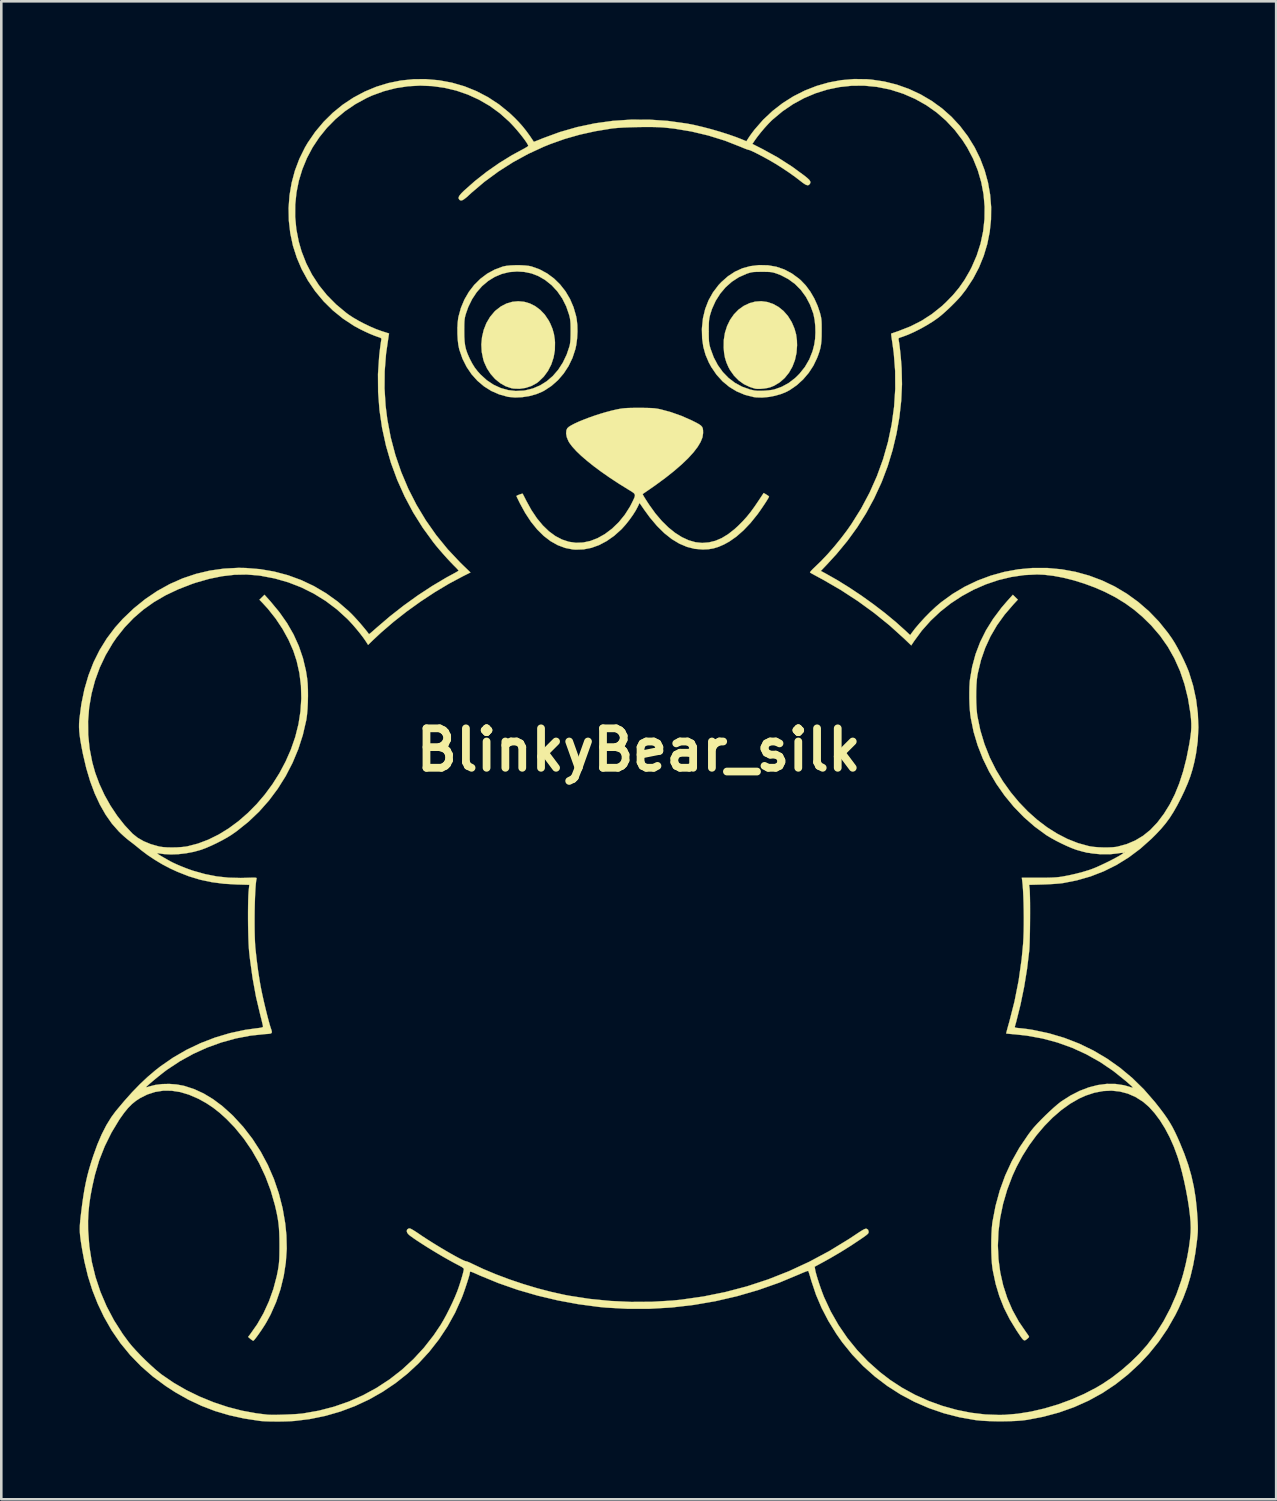
<source format=kicad_pcb>
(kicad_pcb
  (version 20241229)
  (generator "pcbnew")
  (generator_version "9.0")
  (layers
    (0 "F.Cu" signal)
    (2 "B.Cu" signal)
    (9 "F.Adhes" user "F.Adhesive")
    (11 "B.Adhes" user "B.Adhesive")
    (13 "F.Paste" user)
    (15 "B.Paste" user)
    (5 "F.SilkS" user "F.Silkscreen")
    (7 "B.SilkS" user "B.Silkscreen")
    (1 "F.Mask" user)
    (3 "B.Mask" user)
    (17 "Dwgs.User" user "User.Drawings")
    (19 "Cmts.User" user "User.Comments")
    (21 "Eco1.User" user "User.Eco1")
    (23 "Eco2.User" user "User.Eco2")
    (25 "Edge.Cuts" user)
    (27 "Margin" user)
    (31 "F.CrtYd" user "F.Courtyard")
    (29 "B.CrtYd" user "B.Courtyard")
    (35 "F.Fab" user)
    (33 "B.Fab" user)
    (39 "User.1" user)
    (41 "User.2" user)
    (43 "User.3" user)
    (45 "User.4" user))
  (footprint "BlinkyBear_silk"
    (layer "F.Cu")
    (at 21.633 25.933)
    (property "Reference" "BlinkyBear_silk" (at 0 0 0) (layer "F.SilkS") (effects (font (size 1.524 1.524) (thickness 0.3))))
    (attr through_hole)
    (fp_poly (pts (xy -4.428 -17.32) (xy -4.207 -17.256) (xy -3.997 -17.15) (xy -3.803 -17.005) (xy -3.628 -16.821) (xy -3.478 -16.598) (xy -3.417 -16.48) (xy -3.331 -16.274) (xy -3.275 -16.073) (xy -3.242 -15.857) (xy -3.234 -15.748) (xy -3.239 -15.454) (xy -3.288 -15.169) (xy -3.377 -14.899) (xy -3.505 -14.65) (xy -3.667 -14.428) (xy -3.862 -14.239) (xy -3.953 -14.171) (xy -4.15 -14.064) (xy -4.37 -13.992) (xy -4.6 -13.958) (xy -4.826 -13.965) (xy -4.921 -13.981) (xy -5.144 -14.057) (xy -5.355 -14.178) (xy -5.55 -14.337) (xy -5.721 -14.53) (xy -5.864 -14.75) (xy -5.974 -14.992) (xy -6.006 -15.094) (xy -6.065 -15.379) (xy -6.081 -15.669) (xy -6.054 -15.957) (xy -5.988 -16.236) (xy -5.884 -16.499) (xy -5.743 -16.737) (xy -5.568 -16.946) (xy -5.531 -16.981) (xy -5.326 -17.14) (xy -5.109 -17.253) (xy -4.883 -17.319) (xy -4.655 -17.341) (xy -4.428 -17.32)) (stroke (width 0.01) (type solid)) (fill yes) (layer "F.SilkS"))
    (fp_poly (pts (xy 4.969 -17.312) (xy 5.194 -17.237) (xy 5.405 -17.12) (xy 5.597 -16.964) (xy 5.766 -16.773) (xy 5.906 -16.548) (xy 5.927 -16.506) (xy 6.023 -16.279) (xy 6.084 -16.06) (xy 6.115 -15.829) (xy 6.121 -15.639) (xy 6.1 -15.346) (xy 6.039 -15.069) (xy 5.94 -14.811) (xy 5.808 -14.579) (xy 5.644 -14.376) (xy 5.452 -14.207) (xy 5.235 -14.076) (xy 5.082 -14.015) (xy 4.974 -13.988) (xy 4.842 -13.967) (xy 4.707 -13.955) (xy 4.588 -13.954) (xy 4.521 -13.96) (xy 4.466 -13.974) (xy 4.381 -14) (xy 4.284 -14.033) (xy 4.28 -14.035) (xy 4.065 -14.137) (xy 3.864 -14.282) (xy 3.685 -14.464) (xy 3.533 -14.677) (xy 3.469 -14.795) (xy 3.39 -14.978) (xy 3.335 -15.157) (xy 3.301 -15.352) (xy 3.285 -15.546) (xy 3.289 -15.841) (xy 3.334 -16.122) (xy 3.417 -16.384) (xy 3.534 -16.624) (xy 3.683 -16.836) (xy 3.86 -17.018) (xy 4.064 -17.163) (xy 4.29 -17.269) (xy 4.501 -17.326) (xy 4.737 -17.343) (xy 4.969 -17.312)) (stroke (width 0.01) (type solid)) (fill yes) (layer "F.SilkS"))
    (fp_poly (pts (xy -4.579 -18.733) (xy -4.401 -18.724) (xy -4.245 -18.707) (xy -4.14 -18.685) (xy -3.83 -18.573) (xy -3.54 -18.417) (xy -3.274 -18.221) (xy -3.036 -17.988) (xy -2.828 -17.723) (xy -2.654 -17.428) (xy -2.517 -17.109) (xy -2.419 -16.768) (xy -2.397 -16.654) (xy -2.371 -16.424) (xy -2.365 -16.168) (xy -2.379 -15.905) (xy -2.412 -15.654) (xy -2.447 -15.489) (xy -2.558 -15.152) (xy -2.71 -14.837) (xy -2.898 -14.549) (xy -3.12 -14.291) (xy -3.371 -14.069) (xy -3.647 -13.888) (xy -3.726 -13.846) (xy -3.966 -13.747) (xy -4.231 -13.675) (xy -4.505 -13.633) (xy -4.774 -13.621) (xy -5.025 -13.643) (xy -5.067 -13.651) (xy -5.392 -13.741) (xy -5.697 -13.875) (xy -5.978 -14.052) (xy -6.233 -14.268) (xy -6.458 -14.519) (xy -6.651 -14.805) (xy -6.809 -15.12) (xy -6.929 -15.464) (xy -6.936 -15.489) (xy -6.97 -15.655) (xy -6.993 -15.855) (xy -7.005 -16.074) (xy -7.006 -16.192) (xy -6.741 -16.192) (xy -6.739 -15.971) (xy -6.728 -15.787) (xy -6.708 -15.63) (xy -6.675 -15.486) (xy -6.627 -15.343) (xy -6.561 -15.189) (xy -6.529 -15.119) (xy -6.433 -14.934) (xy -6.336 -14.778) (xy -6.225 -14.634) (xy -6.11 -14.507) (xy -5.872 -14.29) (xy -5.613 -14.117) (xy -5.337 -13.989) (xy -5.049 -13.907) (xy -4.751 -13.873) (xy -4.449 -13.887) (xy -4.394 -13.895) (xy -4.093 -13.969) (xy -3.811 -14.088) (xy -3.552 -14.25) (xy -3.317 -14.453) (xy -3.109 -14.694) (xy -2.93 -14.971) (xy -2.782 -15.282) (xy -2.676 -15.596) (xy -2.657 -15.678) (xy -2.644 -15.771) (xy -2.635 -15.886) (xy -2.631 -16.033) (xy -2.63 -16.18) (xy -2.631 -16.348) (xy -2.634 -16.477) (xy -2.642 -16.58) (xy -2.654 -16.668) (xy -2.673 -16.755) (xy -2.688 -16.815) (xy -2.801 -17.144) (xy -2.953 -17.448) (xy -3.142 -17.721) (xy -3.363 -17.961) (xy -3.615 -18.162) (xy -3.632 -18.173) (xy -3.885 -18.318) (xy -4.144 -18.417) (xy -4.42 -18.474) (xy -4.701 -18.491) (xy -5.004 -18.467) (xy -5.293 -18.396) (xy -5.567 -18.28) (xy -5.821 -18.122) (xy -6.054 -17.924) (xy -6.26 -17.69) (xy -6.438 -17.421) (xy -6.585 -17.121) (xy -6.671 -16.878) (xy -6.697 -16.792) (xy -6.715 -16.717) (xy -6.727 -16.642) (xy -6.735 -16.557) (xy -6.739 -16.45) (xy -6.741 -16.31) (xy -6.741 -16.192) (xy -7.006 -16.192) (xy -7.006 -16.297) (xy -6.996 -16.508) (xy -6.974 -16.692) (xy -6.965 -16.739) (xy -6.87 -17.083) (xy -6.735 -17.406) (xy -6.562 -17.704) (xy -6.356 -17.972) (xy -6.119 -18.207) (xy -5.855 -18.406) (xy -5.566 -18.564) (xy -5.257 -18.679) (xy -5.232 -18.686) (xy -5.108 -18.71) (xy -4.947 -18.726) (xy -4.766 -18.733) (xy -4.579 -18.733)) (stroke (width 0.01) (type solid)) (fill yes) (layer "F.SilkS"))
    (fp_poly (pts (xy 5 -18.73) (xy 5.321 -18.674) (xy 5.626 -18.57) (xy 5.916 -18.417) (xy 6.191 -18.216) (xy 6.267 -18.15) (xy 6.457 -17.951) (xy 6.633 -17.713) (xy 6.788 -17.446) (xy 6.916 -17.162) (xy 7.003 -16.904) (xy 7.028 -16.809) (xy 7.047 -16.728) (xy 7.059 -16.649) (xy 7.067 -16.561) (xy 7.071 -16.454) (xy 7.072 -16.315) (xy 7.072 -16.18) (xy 7.07 -15.973) (xy 7.062 -15.803) (xy 7.046 -15.659) (xy 7.021 -15.526) (xy 6.984 -15.393) (xy 6.933 -15.246) (xy 6.894 -15.146) (xy 6.753 -14.852) (xy 6.572 -14.574) (xy 6.356 -14.321) (xy 6.113 -14.099) (xy 5.85 -13.916) (xy 5.723 -13.846) (xy 5.508 -13.757) (xy 5.269 -13.688) (xy 5.019 -13.641) (xy 4.772 -13.619) (xy 4.544 -13.625) (xy 4.436 -13.639) (xy 4.102 -13.725) (xy 3.79 -13.856) (xy 3.503 -14.03) (xy 3.242 -14.246) (xy 3.01 -14.501) (xy 2.808 -14.796) (xy 2.711 -14.973) (xy 2.584 -15.271) (xy 2.498 -15.579) (xy 2.452 -15.905) (xy 2.445 -16.18) (xy 2.708 -16.18) (xy 2.709 -16.014) (xy 2.712 -15.887) (xy 2.717 -15.789) (xy 2.727 -15.708) (xy 2.742 -15.632) (xy 2.764 -15.55) (xy 2.777 -15.507) (xy 2.9 -15.173) (xy 3.059 -14.872) (xy 3.25 -14.606) (xy 3.472 -14.377) (xy 3.723 -14.186) (xy 4.001 -14.036) (xy 4.303 -13.93) (xy 4.47 -13.892) (xy 4.578 -13.881) (xy 4.718 -13.879) (xy 4.874 -13.885) (xy 5.029 -13.898) (xy 5.167 -13.917) (xy 5.244 -13.934) (xy 5.533 -14.037) (xy 5.802 -14.185) (xy 6.054 -14.38) (xy 6.213 -14.537) (xy 6.424 -14.801) (xy 6.594 -15.094) (xy 6.721 -15.413) (xy 6.786 -15.667) (xy 6.819 -15.888) (xy 6.831 -16.132) (xy 6.825 -16.383) (xy 6.8 -16.622) (xy 6.757 -16.835) (xy 6.747 -16.873) (xy 6.623 -17.208) (xy 6.464 -17.51) (xy 6.27 -17.776) (xy 6.043 -18.006) (xy 5.785 -18.196) (xy 5.498 -18.347) (xy 5.366 -18.398) (xy 5.277 -18.429) (xy 5.202 -18.451) (xy 5.131 -18.465) (xy 5.049 -18.473) (xy 4.945 -18.477) (xy 4.806 -18.478) (xy 4.763 -18.478) (xy 4.612 -18.477) (xy 4.5 -18.474) (xy 4.414 -18.468) (xy 4.341 -18.455) (xy 4.269 -18.436) (xy 4.185 -18.408) (xy 4.161 -18.399) (xy 3.869 -18.269) (xy 3.602 -18.096) (xy 3.362 -17.884) (xy 3.152 -17.636) (xy 2.975 -17.356) (xy 2.835 -17.048) (xy 2.764 -16.828) (xy 2.743 -16.743) (xy 2.727 -16.662) (xy 2.717 -16.573) (xy 2.711 -16.465) (xy 2.709 -16.326) (xy 2.708 -16.18) (xy 2.445 -16.18) (xy 2.443 -16.257) (xy 2.446 -16.317) (xy 2.485 -16.688) (xy 2.57 -17.041) (xy 2.699 -17.374) (xy 2.871 -17.682) (xy 3.084 -17.963) (xy 3.195 -18.081) (xy 3.45 -18.306) (xy 3.72 -18.483) (xy 4.005 -18.613) (xy 4.311 -18.697) (xy 4.639 -18.737) (xy 4.663 -18.738) (xy 5 -18.73)) (stroke (width 0.01) (type solid)) (fill yes) (layer "F.SilkS"))
    (fp_poly (pts (xy 0.222 -13.219) (xy 0.378 -13.216) (xy 0.502 -13.211) (xy 0.604 -13.204) (xy 0.694 -13.192) (xy 0.781 -13.177) (xy 0.847 -13.163) (xy 1.243 -13.056) (xy 1.647 -12.913) (xy 2.039 -12.741) (xy 2.074 -12.723) (xy 2.222 -12.649) (xy 2.329 -12.59) (xy 2.403 -12.538) (xy 2.45 -12.487) (xy 2.476 -12.429) (xy 2.487 -12.356) (xy 2.489 -12.263) (xy 2.489 -12.245) (xy 2.466 -12.084) (xy 2.395 -11.906) (xy 2.279 -11.711) (xy 2.118 -11.501) (xy 1.913 -11.276) (xy 1.664 -11.037) (xy 1.373 -10.785) (xy 1.039 -10.52) (xy 0.665 -10.244) (xy 0.419 -10.072) (xy 0.32 -10.004) (xy 0.238 -9.948) (xy 0.18 -9.908) (xy 0.156 -9.891) (xy 0.156 -9.89) (xy 0.161 -9.868) (xy 0.192 -9.81) (xy 0.25 -9.715) (xy 0.335 -9.582) (xy 0.415 -9.461) (xy 0.649 -9.136) (xy 0.895 -8.848) (xy 1.148 -8.599) (xy 1.407 -8.39) (xy 1.67 -8.224) (xy 1.932 -8.103) (xy 2.193 -8.028) (xy 2.448 -8.001) (xy 2.462 -8.001) (xy 2.718 -8.022) (xy 2.966 -8.083) (xy 3.211 -8.188) (xy 3.455 -8.337) (xy 3.704 -8.532) (xy 3.857 -8.673) (xy 4.026 -8.843) (xy 4.179 -9.012) (xy 4.324 -9.192) (xy 4.473 -9.396) (xy 4.617 -9.608) (xy 4.831 -9.931) (xy 4.936 -9.868) (xy 4.997 -9.829) (xy 5.033 -9.799) (xy 5.038 -9.791) (xy 5.02 -9.751) (xy 4.978 -9.679) (xy 4.918 -9.583) (xy 4.845 -9.472) (xy 4.765 -9.353) (xy 4.685 -9.237) (xy 4.609 -9.13) (xy 4.585 -9.098) (xy 4.322 -8.772) (xy 4.052 -8.488) (xy 3.779 -8.248) (xy 3.504 -8.055) (xy 3.293 -7.939) (xy 3.085 -7.849) (xy 2.893 -7.79) (xy 2.699 -7.757) (xy 2.484 -7.747) (xy 2.473 -7.747) (xy 2.167 -7.772) (xy 1.866 -7.848) (xy 1.57 -7.974) (xy 1.278 -8.15) (xy 0.992 -8.377) (xy 0.711 -8.654) (xy 0.434 -8.982) (xy 0.21 -9.289) (xy 0.033 -9.548) (xy -0.028 -9.416) (xy -0.112 -9.257) (xy -0.226 -9.077) (xy -0.358 -8.892) (xy -0.5 -8.713) (xy -0.642 -8.554) (xy -0.673 -8.522) (xy -0.948 -8.275) (xy -1.235 -8.074) (xy -1.529 -7.918) (xy -1.829 -7.81) (xy -2.132 -7.751) (xy -2.436 -7.741) (xy -2.545 -7.749) (xy -2.841 -7.807) (xy -3.128 -7.914) (xy -3.405 -8.069) (xy -3.67 -8.272) (xy -3.922 -8.522) (xy -4.161 -8.817) (xy -4.385 -9.158) (xy -4.582 -9.517) (xy -4.636 -9.626) (xy -4.681 -9.718) (xy -4.712 -9.783) (xy -4.724 -9.813) (xy -4.724 -9.814) (xy -4.703 -9.829) (xy -4.651 -9.853) (xy -4.586 -9.878) (xy -4.526 -9.897) (xy -4.489 -9.905) (xy -4.485 -9.903) (xy -4.471 -9.878) (xy -4.439 -9.817) (xy -4.394 -9.729) (xy -4.348 -9.637) (xy -4.147 -9.272) (xy -3.932 -8.951) (xy -3.705 -8.677) (xy -3.467 -8.448) (xy -3.219 -8.266) (xy -2.962 -8.132) (xy -2.698 -8.045) (xy -2.427 -8.006) (xy -2.152 -8.016) (xy -1.872 -8.075) (xy -1.59 -8.184) (xy -1.306 -8.343) (xy -1.305 -8.344) (xy -1.026 -8.554) (xy -0.767 -8.805) (xy -0.537 -9.088) (xy -0.341 -9.395) (xy -0.28 -9.512) (xy -0.212 -9.649) (xy -0.166 -9.749) (xy -0.145 -9.821) (xy -0.151 -9.876) (xy -0.186 -9.924) (xy -0.252 -9.973) (xy -0.352 -10.035) (xy -0.411 -10.07) (xy -0.774 -10.296) (xy -1.117 -10.521) (xy -1.435 -10.743) (xy -1.727 -10.959) (xy -1.989 -11.168) (xy -2.218 -11.365) (xy -2.411 -11.55) (xy -2.565 -11.719) (xy -2.678 -11.87) (xy -2.716 -11.936) (xy -2.778 -12.086) (xy -2.804 -12.228) (xy -2.794 -12.351) (xy -2.761 -12.429) (xy -2.707 -12.481) (xy -2.61 -12.543) (xy -2.477 -12.613) (xy -2.313 -12.688) (xy -2.125 -12.765) (xy -1.919 -12.844) (xy -1.701 -12.921) (xy -1.477 -12.993) (xy -1.254 -13.059) (xy -1.038 -13.116) (xy -0.836 -13.162) (xy -0.835 -13.162) (xy -0.731 -13.182) (xy -0.635 -13.197) (xy -0.538 -13.207) (xy -0.428 -13.214) (xy -0.296 -13.218) (xy -0.131 -13.22) (xy 0.025 -13.22) (xy 0.222 -13.219)) (stroke (width 0.01) (type solid)) (fill yes) (layer "F.SilkS"))
    (fp_poly (pts (xy 8.822 -25.921) (xy 8.995 -25.907) (xy 9.492 -25.833) (xy 9.976 -25.712) (xy 10.446 -25.545) (xy 10.896 -25.335) (xy 11.323 -25.084) (xy 11.724 -24.794) (xy 12.093 -24.466) (xy 12.415 -24.118) (xy 12.721 -23.716) (xy 12.982 -23.293) (xy 13.198 -22.853) (xy 13.371 -22.398) (xy 13.499 -21.932) (xy 13.583 -21.459) (xy 13.622 -20.981) (xy 13.617 -20.503) (xy 13.567 -20.026) (xy 13.473 -19.556) (xy 13.334 -19.094) (xy 13.151 -18.644) (xy 12.923 -18.211) (xy 12.65 -17.796) (xy 12.473 -17.567) (xy 12.363 -17.441) (xy 12.225 -17.296) (xy 12.07 -17.141) (xy 11.91 -16.99) (xy 11.757 -16.852) (xy 11.62 -16.738) (xy 11.582 -16.708) (xy 11.377 -16.564) (xy 11.145 -16.42) (xy 10.898 -16.281) (xy 10.649 -16.155) (xy 10.41 -16.048) (xy 10.193 -15.967) (xy 10.136 -15.949) (xy 10.071 -15.926) (xy 10.043 -15.901) (xy 10.043 -15.863) (xy 10.045 -15.852) (xy 10.064 -15.744) (xy 10.084 -15.595) (xy 10.105 -15.417) (xy 10.125 -15.219) (xy 10.143 -15.012) (xy 10.158 -14.806) (xy 10.162 -14.75) (xy 10.176 -14.135) (xy 10.147 -13.503) (xy 10.076 -12.864) (xy 9.964 -12.223) (xy 9.813 -11.59) (xy 9.625 -10.972) (xy 9.4 -10.377) (xy 9.37 -10.307) (xy 9.095 -9.713) (xy 8.789 -9.149) (xy 8.449 -8.608) (xy 8.07 -8.085) (xy 7.647 -7.572) (xy 7.283 -7.174) (xy 7.039 -6.918) (xy 7.222 -6.82) (xy 7.676 -6.563) (xy 8.142 -6.274) (xy 8.612 -5.961) (xy 9.074 -5.63) (xy 9.518 -5.29) (xy 9.934 -4.946) (xy 10.311 -4.608) (xy 10.319 -4.6) (xy 10.492 -4.437) (xy 10.535 -4.498) (xy 10.682 -4.693) (xy 10.861 -4.904) (xy 11.062 -5.123) (xy 11.273 -5.337) (xy 11.486 -5.536) (xy 11.689 -5.708) (xy 11.697 -5.714) (xy 12.136 -6.032) (xy 12.604 -6.31) (xy 13.096 -6.545) (xy 13.607 -6.736) (xy 14.133 -6.882) (xy 14.67 -6.981) (xy 15.214 -7.031) (xy 15.24 -7.032) (xy 15.8 -7.031) (xy 16.35 -6.98) (xy 16.887 -6.882) (xy 17.41 -6.737) (xy 17.916 -6.547) (xy 18.403 -6.314) (xy 18.867 -6.037) (xy 19.306 -5.719) (xy 19.719 -5.361) (xy 20.102 -4.964) (xy 20.452 -4.529) (xy 20.61 -4.305) (xy 20.715 -4.139) (xy 20.829 -3.938) (xy 20.946 -3.717) (xy 21.058 -3.489) (xy 21.159 -3.268) (xy 21.242 -3.069) (xy 21.269 -2.997) (xy 21.428 -2.481) (xy 21.542 -1.952) (xy 21.61 -1.414) (xy 21.632 -0.876) (xy 21.606 -0.342) (xy 21.54 0.141) (xy 21.477 0.457) (xy 21.405 0.745) (xy 21.32 1.02) (xy 21.216 1.296) (xy 21.09 1.586) (xy 20.968 1.841) (xy 20.816 2.137) (xy 20.67 2.394) (xy 20.523 2.625) (xy 20.366 2.838) (xy 20.191 3.047) (xy 19.991 3.26) (xy 19.818 3.432) (xy 19.388 3.816) (xy 18.938 4.153) (xy 18.469 4.444) (xy 17.978 4.688) (xy 17.466 4.887) (xy 16.93 5.041) (xy 16.408 5.144) (xy 16.297 5.158) (xy 16.148 5.171) (xy 15.976 5.183) (xy 15.792 5.193) (xy 15.615 5.2) (xy 15.088 5.214) (xy 15.107 5.356) (xy 15.113 5.435) (xy 15.118 5.557) (xy 15.122 5.716) (xy 15.125 5.904) (xy 15.126 6.114) (xy 15.126 6.338) (xy 15.125 6.571) (xy 15.123 6.803) (xy 15.12 7.029) (xy 15.115 7.241) (xy 15.11 7.432) (xy 15.104 7.594) (xy 15.097 7.721) (xy 15.092 7.772) (xy 15.01 8.46) (xy 14.897 9.156) (xy 14.756 9.843) (xy 14.591 10.505) (xy 14.54 10.683) (xy 14.536 10.71) (xy 14.548 10.727) (xy 14.586 10.738) (xy 14.658 10.747) (xy 14.736 10.754) (xy 14.854 10.766) (xy 14.999 10.784) (xy 15.15 10.806) (xy 15.24 10.821) (xy 15.854 10.951) (xy 16.448 11.127) (xy 17.022 11.349) (xy 17.572 11.616) (xy 18.1 11.928) (xy 18.601 12.282) (xy 19.077 12.679) (xy 19.524 13.117) (xy 19.941 13.596) (xy 19.966 13.627) (xy 20.144 13.853) (xy 20.294 14.052) (xy 20.421 14.233) (xy 20.531 14.406) (xy 20.631 14.58) (xy 20.726 14.766) (xy 20.823 14.973) (xy 20.905 15.159) (xy 21.089 15.61) (xy 21.24 16.038) (xy 21.36 16.457) (xy 21.454 16.879) (xy 21.525 17.318) (xy 21.574 17.784) (xy 21.593 18.058) (xy 21.604 18.246) (xy 21.61 18.397) (xy 21.611 18.525) (xy 21.607 18.644) (xy 21.598 18.767) (xy 21.583 18.91) (xy 21.58 18.936) (xy 21.513 19.444) (xy 21.428 19.913) (xy 21.324 20.352) (xy 21.198 20.771) (xy 21.046 21.178) (xy 20.867 21.582) (xy 20.741 21.836) (xy 20.438 22.369) (xy 20.096 22.871) (xy 19.713 23.344) (xy 19.368 23.712) (xy 18.909 24.137) (xy 18.427 24.518) (xy 17.92 24.855) (xy 17.387 25.148) (xy 16.829 25.398) (xy 16.243 25.606) (xy 15.63 25.771) (xy 15.012 25.89) (xy 14.822 25.914) (xy 14.594 25.931) (xy 14.339 25.942) (xy 14.068 25.947) (xy 13.794 25.946) (xy 13.528 25.938) (xy 13.282 25.925) (xy 13.067 25.905) (xy 13.018 25.899) (xy 12.4 25.79) (xy 11.799 25.636) (xy 11.217 25.436) (xy 10.656 25.193) (xy 10.12 24.907) (xy 9.609 24.58) (xy 9.126 24.214) (xy 8.674 23.81) (xy 8.254 23.369) (xy 7.869 22.893) (xy 7.635 22.559) (xy 7.329 22.063) (xy 7.07 21.565) (xy 6.854 21.058) (xy 6.678 20.533) (xy 6.653 20.447) (xy 6.619 20.331) (xy 6.589 20.234) (xy 6.566 20.165) (xy 6.553 20.135) (xy 6.525 20.137) (xy 6.46 20.158) (xy 6.367 20.195) (xy 6.254 20.243) (xy 6.221 20.258) (xy 5.433 20.587) (xy 4.626 20.871) (xy 3.804 21.11) (xy 2.969 21.303) (xy 2.127 21.448) (xy 1.279 21.547) (xy 0.43 21.597) (xy -0.417 21.599) (xy -1.259 21.552) (xy -1.533 21.526) (xy -2.33 21.42) (xy -3.125 21.273) (xy -3.91 21.087) (xy -4.679 20.864) (xy -5.424 20.604) (xy -6.137 20.311) (xy -6.288 20.243) (xy -6.382 20.202) (xy -6.457 20.173) (xy -6.504 20.16) (xy -6.513 20.161) (xy -6.526 20.197) (xy -6.528 20.22) (xy -6.536 20.264) (xy -6.558 20.347) (xy -6.592 20.459) (xy -6.634 20.592) (xy -6.681 20.735) (xy -6.73 20.88) (xy -6.778 21.017) (xy -6.823 21.137) (xy -6.846 21.195) (xy -7.097 21.753) (xy -7.391 22.284) (xy -7.724 22.786) (xy -8.094 23.258) (xy -8.499 23.698) (xy -8.936 24.104) (xy -9.404 24.475) (xy -9.899 24.808) (xy -10.42 25.103) (xy -10.964 25.357) (xy -11.529 25.569) (xy -12.112 25.737) (xy -12.712 25.86) (xy -13.297 25.932) (xy -13.457 25.943) (xy -13.645 25.95) (xy -13.849 25.954) (xy -14.056 25.954) (xy -14.255 25.952) (xy -14.435 25.946) (xy -14.582 25.937) (xy -14.643 25.93) (xy -15.251 25.837) (xy -15.826 25.71) (xy -16.373 25.548) (xy -16.899 25.346) (xy -17.41 25.105) (xy -17.913 24.82) (xy -18.275 24.585) (xy -18.774 24.217) (xy -19.233 23.816) (xy -19.652 23.385) (xy -20.031 22.922) (xy -20.371 22.427) (xy -20.666 21.909) (xy -20.908 21.4) (xy -21.113 20.88) (xy -21.283 20.341) (xy -21.42 19.773) (xy -21.499 19.355) (xy -21.537 19.129) (xy -21.565 18.942) (xy -21.585 18.784) (xy -21.597 18.645) (xy -21.6 18.515) (xy -21.597 18.382) (xy -21.586 18.236) (xy -21.582 18.198) (xy -21.28 18.198) (xy -21.278 18.517) (xy -21.277 18.567) (xy -21.231 19.179) (xy -21.136 19.781) (xy -20.992 20.37) (xy -20.801 20.945) (xy -20.562 21.504) (xy -20.276 22.045) (xy -19.944 22.566) (xy -19.71 22.885) (xy -19.584 23.039) (xy -19.426 23.214) (xy -19.247 23.402) (xy -19.056 23.592) (xy -18.862 23.775) (xy -18.676 23.942) (xy -18.506 24.084) (xy -18.428 24.145) (xy -17.975 24.455) (xy -17.486 24.738) (xy -16.969 24.99) (xy -16.431 25.21) (xy -15.882 25.393) (xy -15.33 25.536) (xy -14.783 25.636) (xy -14.656 25.652) (xy -14.544 25.666) (xy -14.44 25.679) (xy -14.363 25.688) (xy -14.351 25.69) (xy -14.268 25.695) (xy -14.144 25.697) (xy -13.99 25.696) (xy -13.815 25.692) (xy -13.631 25.686) (xy -13.448 25.678) (xy -13.274 25.669) (xy -13.122 25.658) (xy -13 25.646) (xy -12.976 25.643) (xy -12.366 25.536) (xy -11.775 25.382) (xy -11.202 25.183) (xy -10.652 24.939) (xy -10.125 24.652) (xy -9.625 24.324) (xy -9.152 23.955) (xy -8.709 23.547) (xy -8.298 23.102) (xy -7.921 22.62) (xy -7.647 22.212) (xy -7.543 22.035) (xy -7.428 21.825) (xy -7.312 21.595) (xy -7.199 21.361) (xy -7.099 21.137) (xy -7.017 20.937) (xy -7.011 20.922) (xy -6.964 20.791) (xy -6.916 20.647) (xy -6.869 20.499) (xy -6.827 20.358) (xy -6.792 20.232) (xy -6.768 20.133) (xy -6.757 20.069) (xy -6.756 20.062) (xy -6.775 20.028) (xy -6.833 19.984) (xy -6.934 19.927) (xy -6.966 19.911) (xy -7.132 19.824) (xy -7.321 19.72) (xy -7.527 19.604) (xy -7.741 19.478) (xy -7.957 19.348) (xy -8.169 19.218) (xy -8.368 19.091) (xy -8.549 18.974) (xy -8.703 18.869) (xy -8.825 18.781) (xy -8.884 18.734) (xy -8.943 18.664) (xy -8.964 18.595) (xy -8.949 18.536) (xy -8.899 18.499) (xy -8.849 18.491) (xy -8.808 18.505) (xy -8.736 18.544) (xy -8.642 18.602) (xy -8.534 18.673) (xy -8.505 18.693) (xy -8.357 18.794) (xy -8.19 18.903) (xy -8.009 19.018) (xy -7.82 19.135) (xy -7.629 19.251) (xy -7.44 19.363) (xy -7.26 19.467) (xy -7.093 19.56) (xy -6.947 19.639) (xy -6.825 19.701) (xy -6.734 19.743) (xy -6.679 19.761) (xy -6.673 19.761) (xy -6.63 19.772) (xy -6.556 19.801) (xy -6.467 19.842) (xy -6.451 19.851) (xy -6.001 20.063) (xy -5.511 20.268) (xy -4.992 20.463) (xy -4.456 20.643) (xy -3.914 20.806) (xy -3.375 20.946) (xy -2.852 21.062) (xy -2.692 21.092) (xy -1.905 21.214) (xy -1.103 21.294) (xy -0.295 21.332) (xy 0.509 21.327) (xy 1.3 21.28) (xy 1.638 21.246) (xy 2.503 21.122) (xy 3.353 20.95) (xy 4.187 20.73) (xy 5.006 20.461) (xy 5.809 20.144) (xy 6.596 19.779) (xy 7.367 19.366) (xy 8.121 18.905) (xy 8.318 18.775) (xy 8.466 18.676) (xy 8.578 18.603) (xy 8.661 18.553) (xy 8.721 18.521) (xy 8.763 18.506) (xy 8.794 18.503) (xy 8.813 18.508) (xy 8.864 18.542) (xy 8.885 18.608) (xy 8.885 18.61) (xy 8.886 18.642) (xy 8.878 18.671) (xy 8.854 18.702) (xy 8.809 18.742) (xy 8.738 18.796) (xy 8.633 18.869) (xy 8.569 18.913) (xy 8.201 19.158) (xy 7.808 19.404) (xy 7.409 19.638) (xy 7.167 19.773) (xy 6.802 19.971) (xy 6.82 20.087) (xy 6.838 20.172) (xy 6.871 20.293) (xy 6.915 20.441) (xy 6.968 20.605) (xy 7.025 20.774) (xy 7.084 20.938) (xy 7.14 21.086) (xy 7.165 21.149) (xy 7.421 21.698) (xy 7.72 22.223) (xy 8.062 22.723) (xy 8.444 23.194) (xy 8.863 23.634) (xy 9.318 24.04) (xy 9.723 24.351) (xy 10.19 24.655) (xy 10.686 24.925) (xy 11.204 25.158) (xy 11.74 25.351) (xy 12.287 25.504) (xy 12.839 25.615) (xy 13.39 25.681) (xy 13.934 25.701) (xy 14.148 25.696) (xy 14.643 25.654) (xy 15.157 25.572) (xy 15.679 25.451) (xy 16.202 25.296) (xy 16.716 25.107) (xy 17.213 24.89) (xy 17.684 24.645) (xy 17.932 24.498) (xy 18.294 24.254) (xy 18.658 23.972) (xy 19.011 23.665) (xy 19.341 23.342) (xy 19.634 23.015) (xy 19.654 22.991) (xy 19.983 22.555) (xy 20.282 22.081) (xy 20.549 21.575) (xy 20.781 21.043) (xy 20.975 20.49) (xy 21.047 20.244) (xy 21.133 19.906) (xy 21.206 19.568) (xy 21.264 19.239) (xy 21.306 18.93) (xy 21.331 18.65) (xy 21.336 18.47) (xy 21.328 18.236) (xy 21.303 17.963) (xy 21.265 17.661) (xy 21.214 17.339) (xy 21.152 17.005) (xy 21.082 16.669) (xy 21.004 16.34) (xy 20.92 16.027) (xy 20.832 15.739) (xy 20.826 15.721) (xy 20.684 15.334) (xy 20.521 14.967) (xy 20.34 14.625) (xy 20.145 14.312) (xy 19.938 14.035) (xy 19.723 13.797) (xy 19.503 13.605) (xy 19.483 13.59) (xy 19.201 13.412) (xy 18.904 13.282) (xy 18.595 13.201) (xy 18.276 13.167) (xy 17.948 13.183) (xy 17.613 13.247) (xy 17.273 13.359) (xy 17.021 13.473) (xy 16.674 13.673) (xy 16.332 13.919) (xy 15.999 14.207) (xy 15.679 14.533) (xy 15.375 14.891) (xy 15.091 15.278) (xy 14.832 15.688) (xy 14.601 16.118) (xy 14.445 16.459) (xy 14.241 16.998) (xy 14.083 17.54) (xy 13.971 18.081) (xy 13.904 18.62) (xy 13.882 19.153) (xy 13.905 19.678) (xy 13.974 20.193) (xy 14.087 20.694) (xy 14.244 21.18) (xy 14.445 21.647) (xy 14.691 22.093) (xy 14.977 22.511) (xy 15.031 22.586) (xy 15.071 22.646) (xy 15.087 22.68) (xy 15.088 22.681) (xy 15.069 22.71) (xy 15.022 22.754) (xy 14.999 22.773) (xy 14.959 22.802) (xy 14.927 22.817) (xy 14.895 22.816) (xy 14.86 22.793) (xy 14.816 22.744) (xy 14.758 22.664) (xy 14.681 22.55) (xy 14.606 22.439) (xy 14.339 22.001) (xy 14.117 21.561) (xy 13.938 21.109) (xy 13.796 20.636) (xy 13.69 20.134) (xy 13.673 20.033) (xy 13.653 19.867) (xy 13.639 19.661) (xy 13.63 19.429) (xy 13.626 19.183) (xy 13.628 18.934) (xy 13.635 18.694) (xy 13.648 18.476) (xy 13.666 18.291) (xy 13.674 18.237) (xy 13.793 17.617) (xy 13.956 17.021) (xy 14.164 16.449) (xy 14.417 15.899) (xy 14.715 15.369) (xy 15.061 14.859) (xy 15.186 14.694) (xy 15.281 14.579) (xy 15.406 14.442) (xy 15.552 14.291) (xy 15.709 14.134) (xy 15.871 13.98) (xy 16.027 13.836) (xy 16.171 13.711) (xy 16.293 13.613) (xy 16.332 13.584) (xy 16.685 13.358) (xy 17.039 13.177) (xy 17.394 13.041) (xy 17.746 12.951) (xy 18.091 12.906) (xy 18.429 12.909) (xy 18.755 12.958) (xy 18.954 13.014) (xy 19.026 13.038) (xy 19.073 13.05) (xy 19.091 13.046) (xy 19.079 13.023) (xy 19.035 12.978) (xy 18.956 12.907) (xy 18.842 12.807) (xy 18.824 12.792) (xy 18.338 12.403) (xy 17.83 12.059) (xy 17.301 11.762) (xy 16.753 11.511) (xy 16.185 11.307) (xy 15.6 11.15) (xy 14.998 11.041) (xy 14.57 10.994) (xy 14.441 10.983) (xy 14.331 10.973) (xy 14.251 10.965) (xy 14.208 10.959) (xy 14.203 10.958) (xy 14.207 10.933) (xy 14.224 10.867) (xy 14.25 10.768) (xy 14.284 10.644) (xy 14.322 10.512) (xy 14.524 9.72) (xy 14.685 8.907) (xy 14.801 8.083) (xy 14.858 7.48) (xy 14.87 7.267) (xy 14.879 7.023) (xy 14.883 6.757) (xy 14.884 6.478) (xy 14.881 6.195) (xy 14.875 5.917) (xy 14.866 5.653) (xy 14.854 5.413) (xy 14.839 5.205) (xy 14.821 5.041) (xy 14.807 4.938) (xy 15.449 4.939) (xy 15.675 4.939) (xy 15.859 4.936) (xy 16.011 4.931) (xy 16.139 4.923) (xy 16.252 4.911) (xy 16.36 4.896) (xy 16.37 4.894) (xy 16.627 4.846) (xy 16.896 4.785) (xy 17.159 4.716) (xy 17.397 4.644) (xy 17.465 4.621) (xy 17.577 4.579) (xy 17.709 4.524) (xy 17.855 4.458) (xy 18.008 4.386) (xy 18.162 4.311) (xy 18.31 4.235) (xy 18.446 4.163) (xy 18.563 4.098) (xy 18.656 4.043) (xy 18.716 4.001) (xy 18.739 3.975) (xy 18.737 3.972) (xy 18.709 3.971) (xy 18.643 3.978) (xy 18.551 3.992) (xy 18.504 4) (xy 18.199 4.033) (xy 17.869 4.033) (xy 17.529 4) (xy 17.259 3.95) (xy 18.771 3.95) (xy 18.783 3.962) (xy 18.796 3.95) (xy 18.783 3.937) (xy 18.771 3.95) (xy 17.259 3.95) (xy 17.19 3.937) (xy 16.916 3.86) (xy 16.749 3.798) (xy 16.554 3.715) (xy 16.345 3.617) (xy 16.136 3.512) (xy 15.942 3.405) (xy 15.775 3.305) (xy 15.743 3.284) (xy 15.3 2.959) (xy 14.884 2.595) (xy 14.498 2.197) (xy 14.144 1.767) (xy 13.824 1.311) (xy 13.542 0.833) (xy 13.3 0.335) (xy 13.1 -0.176) (xy 12.944 -0.698) (xy 12.837 -1.227) (xy 12.815 -1.379) (xy 12.797 -1.557) (xy 12.785 -1.766) (xy 12.778 -1.991) (xy 12.778 -2.219) (xy 12.782 -2.434) (xy 12.793 -2.623) (xy 12.803 -2.718) (xy 12.889 -3.22) (xy 13.02 -3.704) (xy 13.198 -4.171) (xy 13.423 -4.624) (xy 13.697 -5.064) (xy 14.018 -5.493) (xy 14.237 -5.748) (xy 14.461 -5.997) (xy 14.557 -5.903) (xy 14.653 -5.809) (xy 14.486 -5.629) (xy 14.141 -5.228) (xy 13.845 -4.815) (xy 13.596 -4.388) (xy 13.392 -3.943) (xy 13.23 -3.476) (xy 13.111 -2.985) (xy 13.091 -2.883) (xy 13.069 -2.717) (xy 13.054 -2.514) (xy 13.045 -2.286) (xy 13.043 -2.047) (xy 13.048 -1.81) (xy 13.059 -1.587) (xy 13.078 -1.392) (xy 13.09 -1.308) (xy 13.203 -0.761) (xy 13.364 -0.226) (xy 13.569 0.292) (xy 13.811 0.775) (xy 14.08 1.218) (xy 14.378 1.635) (xy 14.7 2.023) (xy 15.045 2.381) (xy 15.408 2.704) (xy 15.785 2.99) (xy 16.175 3.236) (xy 16.573 3.441) (xy 16.976 3.6) (xy 17.381 3.712) (xy 17.441 3.725) (xy 17.586 3.746) (xy 17.761 3.761) (xy 17.95 3.768) (xy 18.138 3.768) (xy 18.312 3.761) (xy 18.456 3.746) (xy 18.504 3.737) (xy 18.861 3.639) (xy 19.19 3.499) (xy 19.493 3.317) (xy 19.773 3.091) (xy 20.032 2.818) (xy 20.052 2.795) (xy 20.3 2.466) (xy 20.522 2.108) (xy 20.719 1.718) (xy 20.892 1.292) (xy 21.042 0.828) (xy 21.171 0.323) (xy 21.279 -0.225) (xy 21.287 -0.272) (xy 21.322 -0.498) (xy 21.346 -0.69) (xy 21.357 -0.861) (xy 21.357 -1.028) (xy 21.346 -1.204) (xy 21.325 -1.404) (xy 21.323 -1.42) (xy 21.229 -1.994) (xy 21.095 -2.538) (xy 20.921 -3.051) (xy 20.705 -3.535) (xy 20.45 -3.988) (xy 20.153 -4.411) (xy 19.817 -4.803) (xy 19.789 -4.832) (xy 19.467 -5.147) (xy 19.143 -5.422) (xy 18.807 -5.665) (xy 18.444 -5.888) (xy 18.377 -5.925) (xy 18.011 -6.112) (xy 17.624 -6.28) (xy 17.224 -6.428) (xy 16.82 -6.554) (xy 16.42 -6.655) (xy 16.033 -6.728) (xy 15.668 -6.771) (xy 15.394 -6.782) (xy 14.893 -6.757) (xy 14.393 -6.683) (xy 13.898 -6.563) (xy 13.414 -6.399) (xy 12.943 -6.193) (xy 12.491 -5.947) (xy 12.06 -5.664) (xy 11.656 -5.345) (xy 11.282 -4.993) (xy 10.941 -4.61) (xy 10.648 -4.211) (xy 10.534 -4.04) (xy 10.252 -4.31) (xy 9.696 -4.813) (xy 9.099 -5.296) (xy 8.469 -5.754) (xy 7.814 -6.181) (xy 7.142 -6.571) (xy 7.036 -6.628) (xy 6.907 -6.698) (xy 6.793 -6.76) (xy 6.702 -6.81) (xy 6.642 -6.844) (xy 6.621 -6.858) (xy 6.631 -6.881) (xy 6.672 -6.931) (xy 6.737 -6.999) (xy 6.819 -7.077) (xy 7.059 -7.309) (xy 7.312 -7.577) (xy 7.567 -7.869) (xy 7.816 -8.175) (xy 8.049 -8.482) (xy 8.219 -8.725) (xy 8.595 -9.325) (xy 8.925 -9.946) (xy 9.208 -10.583) (xy 9.445 -11.236) (xy 9.635 -11.902) (xy 9.777 -12.578) (xy 9.871 -13.263) (xy 9.916 -13.953) (xy 9.912 -14.646) (xy 9.858 -15.34) (xy 9.801 -15.757) (xy 9.782 -15.878) (xy 9.768 -15.981) (xy 9.759 -16.054) (xy 9.757 -16.088) (xy 9.758 -16.089) (xy 9.784 -16.099) (xy 9.848 -16.122) (xy 9.941 -16.154) (xy 10.046 -16.19) (xy 10.505 -16.37) (xy 10.932 -16.587) (xy 11.331 -16.845) (xy 11.707 -17.145) (xy 11.871 -17.297) (xy 12.146 -17.579) (xy 12.382 -17.863) (xy 12.591 -18.162) (xy 12.782 -18.491) (xy 12.868 -18.656) (xy 13.064 -19.107) (xy 13.212 -19.569) (xy 13.312 -20.041) (xy 13.365 -20.517) (xy 13.37 -20.995) (xy 13.329 -21.471) (xy 13.24 -21.941) (xy 13.105 -22.402) (xy 12.924 -22.851) (xy 12.696 -23.283) (xy 12.517 -23.563) (xy 12.215 -23.96) (xy 11.878 -24.32) (xy 11.51 -24.641) (xy 11.111 -24.921) (xy 10.683 -25.161) (xy 10.228 -25.359) (xy 9.748 -25.513) (xy 9.677 -25.531) (xy 9.2 -25.626) (xy 8.719 -25.672) (xy 8.239 -25.67) (xy 7.763 -25.619) (xy 7.295 -25.522) (xy 6.837 -25.379) (xy 6.393 -25.191) (xy 5.967 -24.959) (xy 5.562 -24.684) (xy 5.182 -24.367) (xy 5.133 -24.322) (xy 5.006 -24.193) (xy 4.865 -24.038) (xy 4.723 -23.87) (xy 4.594 -23.707) (xy 4.497 -23.573) (xy 4.394 -23.421) (xy 4.794 -23.218) (xy 5.375 -22.898) (xy 5.939 -22.535) (xy 6.417 -22.184) (xy 6.526 -22.095) (xy 6.597 -22.026) (xy 6.632 -21.969) (xy 6.636 -21.92) (xy 6.613 -21.872) (xy 6.612 -21.871) (xy 6.569 -21.831) (xy 6.515 -21.824) (xy 6.442 -21.852) (xy 6.345 -21.916) (xy 6.29 -21.959) (xy 6.056 -22.139) (xy 5.79 -22.329) (xy 5.51 -22.515) (xy 5.28 -22.659) (xy 5.142 -22.74) (xy 4.993 -22.825) (xy 4.84 -22.909) (xy 4.69 -22.988) (xy 4.551 -23.06) (xy 4.431 -23.119) (xy 4.335 -23.163) (xy 4.272 -23.187) (xy 4.255 -23.19) (xy 4.216 -23.2) (xy 4.142 -23.226) (xy 4.044 -23.265) (xy 3.95 -23.305) (xy 3.334 -23.547) (xy 2.693 -23.746) (xy 2.037 -23.902) (xy 1.37 -24.013) (xy 0.967 -24.056) (xy 0.805 -24.066) (xy 0.607 -24.073) (xy 0.381 -24.075) (xy 0.138 -24.074) (xy -0.11 -24.07) (xy -0.355 -24.063) (xy -0.586 -24.054) (xy -0.793 -24.041) (xy -0.964 -24.026) (xy -1.041 -24.017) (xy -1.677 -23.912) (xy -2.278 -23.779) (xy -2.854 -23.615) (xy -3.414 -23.416) (xy -3.667 -23.314) (xy -4.271 -23.035) (xy -4.859 -22.713) (xy -5.425 -22.352) (xy -5.961 -21.958) (xy -6.461 -21.534) (xy -6.534 -21.466) (xy -6.653 -21.358) (xy -6.745 -21.286) (xy -6.814 -21.245) (xy -6.867 -21.234) (xy -6.91 -21.249) (xy -6.929 -21.265) (xy -6.958 -21.31) (xy -6.957 -21.363) (xy -6.922 -21.429) (xy -6.851 -21.513) (xy -6.758 -21.606) (xy -6.334 -21.982) (xy -5.874 -22.344) (xy -5.391 -22.681) (xy -4.898 -22.985) (xy -4.54 -23.179) (xy -4.435 -23.235) (xy -4.348 -23.285) (xy -4.289 -23.324) (xy -4.267 -23.345) (xy -4.267 -23.345) (xy -4.284 -23.392) (xy -4.33 -23.47) (xy -4.4 -23.572) (xy -4.489 -23.691) (xy -4.593 -23.822) (xy -4.705 -23.956) (xy -4.82 -24.088) (xy -4.935 -24.211) (xy -5.008 -24.286) (xy -5.37 -24.609) (xy -5.758 -24.891) (xy -6.17 -25.13) (xy -6.6 -25.327) (xy -7.046 -25.481) (xy -7.505 -25.59) (xy -7.971 -25.655) (xy -8.443 -25.675) (xy -8.915 -25.649) (xy -9.385 -25.577) (xy -9.849 -25.457) (xy -10.304 -25.291) (xy -10.512 -25.196) (xy -10.947 -24.959) (xy -11.349 -24.686) (xy -11.716 -24.379) (xy -12.049 -24.041) (xy -12.344 -23.676) (xy -12.602 -23.287) (xy -12.82 -22.876) (xy -12.997 -22.446) (xy -13.133 -22.001) (xy -13.225 -21.544) (xy -13.273 -21.077) (xy -13.276 -20.603) (xy -13.231 -20.126) (xy -13.138 -19.649) (xy -13.028 -19.267) (xy -12.848 -18.806) (xy -12.624 -18.369) (xy -12.357 -17.959) (xy -12.047 -17.575) (xy -11.696 -17.22) (xy -11.306 -16.895) (xy -11.206 -16.821) (xy -11.035 -16.709) (xy -10.83 -16.589) (xy -10.605 -16.471) (xy -10.374 -16.361) (xy -10.152 -16.265) (xy -9.953 -16.193) (xy -9.946 -16.19) (xy -9.647 -16.095) (xy -9.663 -16.004) (xy -9.763 -15.313) (xy -9.816 -14.637) (xy -9.822 -13.969) (xy -9.781 -13.305) (xy -9.714 -12.771) (xy -9.583 -12.078) (xy -9.403 -11.399) (xy -9.176 -10.737) (xy -8.904 -10.094) (xy -8.587 -9.472) (xy -8.227 -8.874) (xy -7.825 -8.301) (xy -7.382 -7.757) (xy -6.899 -7.244) (xy -6.805 -7.152) (xy -6.501 -6.859) (xy -6.787 -6.716) (xy -7.329 -6.427) (xy -7.879 -6.098) (xy -8.427 -5.737) (xy -8.963 -5.352) (xy -9.476 -4.949) (xy -9.956 -4.536) (xy -10.277 -4.236) (xy -10.457 -4.06) (xy -10.543 -4.195) (xy -10.64 -4.335) (xy -10.764 -4.498) (xy -10.905 -4.671) (xy -11.052 -4.842) (xy -11.197 -4.999) (xy -11.263 -5.067) (xy -11.665 -5.433) (xy -12.096 -5.758) (xy -12.555 -6.042) (xy -13.037 -6.282) (xy -13.542 -6.478) (xy -14.066 -6.628) (xy -14.606 -6.731) (xy -14.69 -6.743) (xy -15.148 -6.779) (xy -15.618 -6.77) (xy -16.102 -6.714) (xy -16.601 -6.612) (xy -17.118 -6.464) (xy -17.268 -6.413) (xy -17.797 -6.208) (xy -18.285 -5.976) (xy -18.734 -5.714) (xy -19.145 -5.422) (xy -19.521 -5.097) (xy -19.864 -4.739) (xy -20.176 -4.346) (xy -20.326 -4.128) (xy -20.6 -3.665) (xy -20.829 -3.181) (xy -21.011 -2.681) (xy -21.147 -2.168) (xy -21.237 -1.645) (xy -21.279 -1.116) (xy -21.274 -0.584) (xy -21.22 -0.052) (xy -21.117 0.475) (xy -21.004 0.879) (xy -20.844 1.311) (xy -20.646 1.739) (xy -20.414 2.153) (xy -20.154 2.544) (xy -19.871 2.904) (xy -19.571 3.225) (xy -19.553 3.242) (xy -19.361 3.395) (xy -19.127 3.529) (xy -18.858 3.64) (xy -18.56 3.725) (xy -18.504 3.737) (xy -18.377 3.755) (xy -18.214 3.766) (xy -18.03 3.769) (xy -17.84 3.765) (xy -17.659 3.753) (xy -17.5 3.735) (xy -17.442 3.725) (xy -17.034 3.619) (xy -16.629 3.466) (xy -16.23 3.268) (xy -15.841 3.029) (xy -15.465 2.751) (xy -15.105 2.437) (xy -14.763 2.092) (xy -14.443 1.717) (xy -14.148 1.316) (xy -13.881 0.892) (xy -13.645 0.447) (xy -13.442 -0.014) (xy -13.277 -0.489) (xy -13.271 -0.508) (xy -13.147 -1.001) (xy -13.07 -1.498) (xy -13.038 -1.995) (xy -13.052 -2.486) (xy -13.112 -2.969) (xy -13.217 -3.437) (xy -13.348 -3.837) (xy -13.533 -4.258) (xy -13.762 -4.675) (xy -14.03 -5.078) (xy -14.331 -5.457) (xy -14.533 -5.678) (xy -14.656 -5.806) (xy -14.558 -5.901) (xy -14.461 -5.997) (xy -14.237 -5.748) (xy -13.889 -5.328) (xy -13.589 -4.901) (xy -13.338 -4.464) (xy -13.134 -4.014) (xy -12.975 -3.548) (xy -12.86 -3.065) (xy -12.812 -2.762) (xy -12.793 -2.567) (xy -12.783 -2.339) (xy -12.781 -2.09) (xy -12.786 -1.835) (xy -12.798 -1.587) (xy -12.818 -1.359) (xy -12.844 -1.167) (xy -12.849 -1.143) (xy -12.979 -0.58) (xy -13.156 -0.031) (xy -13.378 0.5) (xy -13.642 1.01) (xy -13.947 1.496) (xy -14.29 1.955) (xy -14.669 2.383) (xy -15.083 2.777) (xy -15.529 3.134) (xy -15.744 3.285) (xy -15.901 3.382) (xy -16.091 3.488) (xy -16.299 3.595) (xy -16.511 3.696) (xy -16.713 3.784) (xy -16.89 3.851) (xy -16.916 3.86) (xy -17.194 3.937) (xy -17.489 3.993) (xy -17.787 4.028) (xy -18.075 4.039) (xy -18.34 4.025) (xy -18.437 4.012) (xy -18.522 4) (xy -18.584 3.994) (xy -18.61 3.996) (xy -18.6 4.009) (xy -18.558 4.038) (xy -18.481 4.086) (xy -18.366 4.153) (xy -18.211 4.242) (xy -18.11 4.299) (xy -17.999 4.356) (xy -17.852 4.424) (xy -17.685 4.495) (xy -17.51 4.565) (xy -17.341 4.627) (xy -17.22 4.669) (xy -16.759 4.798) (xy -16.307 4.887) (xy -15.851 4.936) (xy -15.377 4.948) (xy -15.207 4.944) (xy -15.045 4.939) (xy -14.927 4.936) (xy -14.847 4.936) (xy -14.798 4.939) (xy -14.773 4.947) (xy -14.765 4.959) (xy -14.767 4.972) (xy -14.783 5.055) (xy -14.797 5.183) (xy -14.81 5.348) (xy -14.821 5.543) (xy -14.83 5.763) (xy -14.837 6) (xy -14.842 6.249) (xy -14.844 6.501) (xy -14.844 6.751) (xy -14.842 6.991) (xy -14.837 7.216) (xy -14.829 7.418) (xy -14.819 7.592) (xy -14.813 7.658) (xy -14.765 8.099) (xy -14.708 8.538) (xy -14.643 8.955) (xy -14.605 9.166) (xy -14.572 9.332) (xy -14.531 9.522) (xy -14.485 9.728) (xy -14.435 9.939) (xy -14.384 10.147) (xy -14.335 10.341) (xy -14.289 10.512) (xy -14.25 10.65) (xy -14.225 10.729) (xy -14.191 10.83) (xy -14.176 10.897) (xy -14.186 10.938) (xy -14.227 10.961) (xy -14.306 10.973) (xy -14.429 10.981) (xy -14.437 10.981) (xy -15.003 11.041) (xy -15.569 11.149) (xy -16.129 11.304) (xy -16.68 11.503) (xy -17.215 11.746) (xy -17.729 12.029) (xy -18.218 12.352) (xy -18.237 12.366) (xy -18.334 12.438) (xy -18.445 12.525) (xy -18.565 12.621) (xy -18.685 12.719) (xy -18.799 12.814) (xy -18.898 12.899) (xy -18.976 12.968) (xy -19.025 13.016) (xy -19.038 13.031) (xy -19.024 13.035) (xy -18.974 13.025) (xy -18.914 13.006) (xy -18.681 12.946) (xy -18.419 12.913) (xy -18.141 12.907) (xy -17.86 12.928) (xy -17.591 12.977) (xy -17.551 12.987) (xy -17.177 13.109) (xy -16.809 13.279) (xy -16.447 13.498) (xy -16.09 13.765) (xy -15.736 14.083) (xy -15.67 14.147) (xy -15.279 14.573) (xy -14.925 15.033) (xy -14.609 15.522) (xy -14.333 16.038) (xy -14.099 16.577) (xy -13.908 17.137) (xy -13.761 17.713) (xy -13.659 18.304) (xy -13.614 18.757) (xy -13.601 19.28) (xy -13.637 19.806) (xy -13.718 20.328) (xy -13.843 20.841) (xy -14.012 21.338) (xy -14.222 21.813) (xy -14.376 22.099) (xy -14.44 22.207) (xy -14.516 22.325) (xy -14.596 22.446) (xy -14.677 22.563) (xy -14.752 22.667) (xy -14.817 22.752) (xy -14.866 22.81) (xy -14.893 22.833) (xy -14.894 22.834) (xy -14.929 22.818) (xy -14.985 22.778) (xy -15.008 22.759) (xy -15.094 22.685) (xy -15.019 22.589) (xy -14.743 22.196) (xy -14.499 21.768) (xy -14.29 21.311) (xy -14.118 20.831) (xy -13.987 20.334) (xy -13.941 20.104) (xy -13.922 19.989) (xy -13.907 19.883) (xy -13.897 19.777) (xy -13.889 19.66) (xy -13.885 19.522) (xy -13.883 19.353) (xy -13.882 19.152) (xy -13.884 18.885) (xy -13.891 18.656) (xy -13.904 18.453) (xy -13.924 18.262) (xy -13.954 18.072) (xy -13.994 17.869) (xy -14.046 17.642) (xy -14.06 17.584) (xy -14.221 17.026) (xy -14.424 16.487) (xy -14.667 15.969) (xy -14.948 15.477) (xy -15.265 15.016) (xy -15.615 14.588) (xy -15.93 14.262) (xy -16.193 14.024) (xy -16.449 13.823) (xy -16.711 13.649) (xy -16.994 13.492) (xy -17.031 13.474) (xy -17.38 13.323) (xy -17.72 13.221) (xy -18.051 13.17) (xy -18.373 13.168) (xy -18.686 13.217) (xy -18.989 13.315) (xy -19.261 13.451) (xy -19.43 13.561) (xy -19.585 13.687) (xy -19.734 13.838) (xy -19.883 14.02) (xy -20.041 14.242) (xy -20.072 14.287) (xy -20.377 14.792) (xy -20.636 15.317) (xy -20.849 15.859) (xy -21.013 16.415) (xy -21.027 16.472) (xy -21.116 16.868) (xy -21.185 17.229) (xy -21.234 17.564) (xy -21.265 17.883) (xy -21.28 18.198) (xy -21.582 18.198) (xy -21.569 18.068) (xy -21.551 17.916) (xy -21.507 17.561) (xy -21.462 17.247) (xy -21.415 16.963) (xy -21.363 16.701) (xy -21.306 16.451) (xy -21.239 16.201) (xy -21.162 15.943) (xy -21.082 15.697) (xy -20.922 15.252) (xy -20.752 14.854) (xy -20.572 14.502) (xy -20.381 14.192) (xy -20.208 13.958) (xy -19.884 13.572) (xy -19.576 13.227) (xy -19.276 12.918) (xy -18.98 12.639) (xy -18.682 12.385) (xy -18.477 12.225) (xy -17.991 11.889) (xy -17.474 11.59) (xy -16.933 11.332) (xy -16.373 11.116) (xy -15.8 10.945) (xy -15.219 10.82) (xy -14.808 10.762) (xy -14.682 10.747) (xy -14.599 10.734) (xy -14.549 10.721) (xy -14.526 10.706) (xy -14.519 10.686) (xy -14.519 10.679) (xy -14.526 10.639) (xy -14.545 10.559) (xy -14.571 10.449) (xy -14.604 10.318) (xy -14.625 10.236) (xy -14.789 9.54) (xy -14.922 8.812) (xy -15.027 8.047) (xy -15.054 7.798) (xy -15.066 7.653) (xy -15.076 7.469) (xy -15.084 7.256) (xy -15.09 7.02) (xy -15.095 6.772) (xy -15.097 6.519) (xy -15.097 6.27) (xy -15.095 6.034) (xy -15.091 5.818) (xy -15.085 5.633) (xy -15.076 5.485) (xy -15.071 5.432) (xy -15.048 5.213) (xy -15.531 5.2) (xy -16.031 5.171) (xy -16.499 5.11) (xy -16.948 5.015) (xy -17.386 4.882) (xy -17.826 4.709) (xy -18.125 4.571) (xy -18.411 4.42) (xy -18.702 4.245) (xy -18.981 4.059) (xy -19.232 3.87) (xy -19.291 3.821) (xy -19.405 3.728) (xy -19.531 3.627) (xy -19.649 3.537) (xy -19.685 3.51) (xy -19.785 3.43) (xy -19.902 3.329) (xy -20.02 3.22) (xy -20.091 3.15) (xy -20.356 2.85) (xy -20.599 2.504) (xy -20.821 2.115) (xy -21.021 1.685) (xy -21.197 1.214) (xy -21.349 0.705) (xy -21.477 0.159) (xy -21.486 0.114) (xy -21.537 -0.148) (xy -21.576 -0.37) (xy -21.603 -0.559) (xy -21.62 -0.723) (xy -21.628 -0.872) (xy -21.627 -1.012) (xy -21.618 -1.153) (xy -21.616 -1.179) (xy -21.538 -1.778) (xy -21.421 -2.344) (xy -21.265 -2.878) (xy -21.07 -3.383) (xy -20.834 -3.859) (xy -20.557 -4.307) (xy -20.239 -4.729) (xy -19.939 -5.064) (xy -19.515 -5.469) (xy -19.07 -5.829) (xy -18.606 -6.143) (xy -18.122 -6.411) (xy -17.622 -6.632) (xy -17.105 -6.805) (xy -16.573 -6.931) (xy -16.028 -7.008) (xy -15.471 -7.037) (xy -15.189 -7.032) (xy -14.631 -6.987) (xy -14.085 -6.893) (xy -13.554 -6.752) (xy -13.041 -6.564) (xy -12.547 -6.33) (xy -12.076 -6.052) (xy -11.629 -5.731) (xy -11.209 -5.367) (xy -11.086 -5.247) (xy -10.993 -5.15) (xy -10.885 -5.032) (xy -10.771 -4.904) (xy -10.66 -4.773) (xy -10.559 -4.651) (xy -10.476 -4.547) (xy -10.423 -4.474) (xy -10.403 -4.486) (xy -10.351 -4.528) (xy -10.276 -4.592) (xy -10.182 -4.675) (xy -10.117 -4.732) (xy -9.611 -5.165) (xy -9.081 -5.58) (xy -8.534 -5.973) (xy -7.982 -6.335) (xy -7.434 -6.661) (xy -7.144 -6.818) (xy -7.059 -6.865) (xy -6.995 -6.904) (xy -6.962 -6.928) (xy -6.96 -6.932) (xy -6.977 -6.955) (xy -7.022 -7.006) (xy -7.089 -7.075) (xy -7.14 -7.125) (xy -7.262 -7.251) (xy -7.405 -7.404) (xy -7.556 -7.573) (xy -7.706 -7.745) (xy -7.842 -7.907) (xy -7.927 -8.014) (xy -8.343 -8.585) (xy -8.717 -9.181) (xy -9.046 -9.8) (xy -9.332 -10.438) (xy -9.573 -11.093) (xy -9.767 -11.763) (xy -9.916 -12.443) (xy -10.017 -13.132) (xy -10.07 -13.827) (xy -10.075 -14.525) (xy -10.029 -15.222) (xy -9.993 -15.532) (xy -9.977 -15.651) (xy -9.962 -15.755) (xy -9.95 -15.832) (xy -9.944 -15.864) (xy -9.945 -15.897) (xy -9.97 -15.922) (xy -10.029 -15.947) (xy -10.073 -15.961) (xy -10.218 -16.013) (xy -10.393 -16.085) (xy -10.581 -16.171) (xy -10.769 -16.263) (xy -10.941 -16.355) (xy -11.006 -16.392) (xy -11.428 -16.67) (xy -11.82 -16.987) (xy -12.178 -17.34) (xy -12.5 -17.726) (xy -12.783 -18.142) (xy -13.026 -18.585) (xy -13.21 -19.016) (xy -13.361 -19.485) (xy -13.464 -19.966) (xy -13.52 -20.454) (xy -13.53 -20.944) (xy -13.494 -21.433) (xy -13.412 -21.916) (xy -13.286 -22.387) (xy -13.114 -22.844) (xy -12.899 -23.28) (xy -12.79 -23.466) (xy -12.5 -23.888) (xy -12.176 -24.274) (xy -11.821 -24.625) (xy -11.437 -24.937) (xy -11.027 -25.209) (xy -10.595 -25.44) (xy -10.143 -25.629) (xy -9.674 -25.773) (xy -9.192 -25.871) (xy -8.698 -25.922) (xy -8.23 -25.925) (xy -7.715 -25.88) (xy -7.215 -25.787) (xy -6.732 -25.647) (xy -6.268 -25.46) (xy -5.824 -25.228) (xy -5.403 -24.952) (xy -5.008 -24.632) (xy -4.799 -24.435) (xy -4.634 -24.265) (xy -4.487 -24.1) (xy -4.349 -23.927) (xy -4.208 -23.734) (xy -4.056 -23.508) (xy -4.053 -23.502) (xy -4.029 -23.51) (xy -3.967 -23.533) (xy -3.875 -23.569) (xy -3.761 -23.615) (xy -3.709 -23.637) (xy -3.052 -23.878) (xy -2.381 -24.071) (xy -1.696 -24.216) (xy -1.001 -24.312) (xy -0.296 -24.36) (xy 0.414 -24.359) (xy 1.13 -24.31) (xy 1.847 -24.21) (xy 1.88 -24.205) (xy 2.168 -24.148) (xy 2.484 -24.073) (xy 2.816 -23.986) (xy 3.149 -23.889) (xy 3.47 -23.787) (xy 3.765 -23.684) (xy 3.98 -23.6) (xy 4.163 -23.524) (xy 4.247 -23.655) (xy 4.302 -23.737) (xy 4.376 -23.84) (xy 4.456 -23.945) (xy 4.481 -23.977) (xy 4.811 -24.355) (xy 5.173 -24.695) (xy 5.564 -24.998) (xy 5.981 -25.261) (xy 6.42 -25.483) (xy 6.878 -25.662) (xy 7.35 -25.797) (xy 7.834 -25.886) (xy 8.326 -25.928) (xy 8.822 -25.921)) (stroke (width 0.01) (type solid)) (fill yes) (layer "F.SilkS")))
  (gr_rect
    (start -3 -3)
    (end 46.27 54.893)
    (stroke (width 0.1) (type default))
    (fill no)
    (layer "Edge.Cuts")))
</source>
